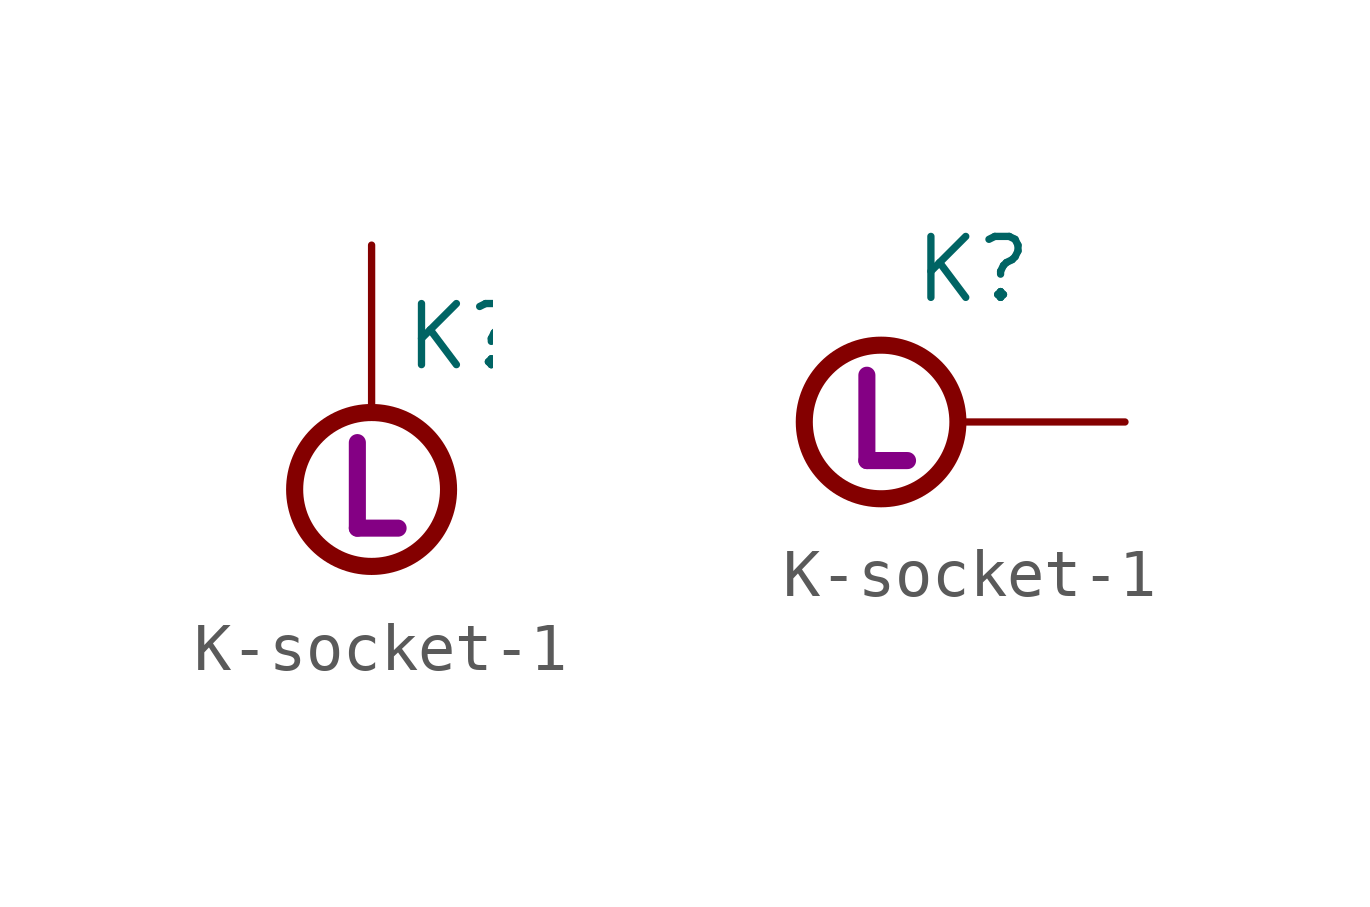
<source format=kicad_sym>
(kicad_symbol_lib
  (version 20211014)
  (generator kicad_symbol_editor)
  (symbol "K-socket-1"
    (pin_numbers hide)
    (pin_names
      (offset 0) hide)
    (property "Reference" "K"
      (at 0.635 3.175 0)
      (effects (font (size 1.27 1.27)) (justify left)))
    (property "Label" "L"
      (at 0 0 0)
      (effects (font (size 1.778 1.778) bold)))
    (symbol "K-socket-1_1_0"
      (circle (center 0 0) (radius 1.6) (stroke (width 0.356) (type default) (color 0 0 0 0)) (fill (type none))))
    (symbol "K-socket-1_1_1"
      (pin passive line (at 0 5.08 270) (length 3.429) (name "1" (effects (font (size 1.27 1.27)))) (number "1" (effects (font (size 1.27 1.27))))))
    (symbol "K-socket-1_1_2"
      (pin passive line (at 5.08 0 180) (length 3.429) (name "1" (effects (font (size 1.27 1.27)))) (number "1" (effects (font (size 1.27 1.27))))))))
</source>
